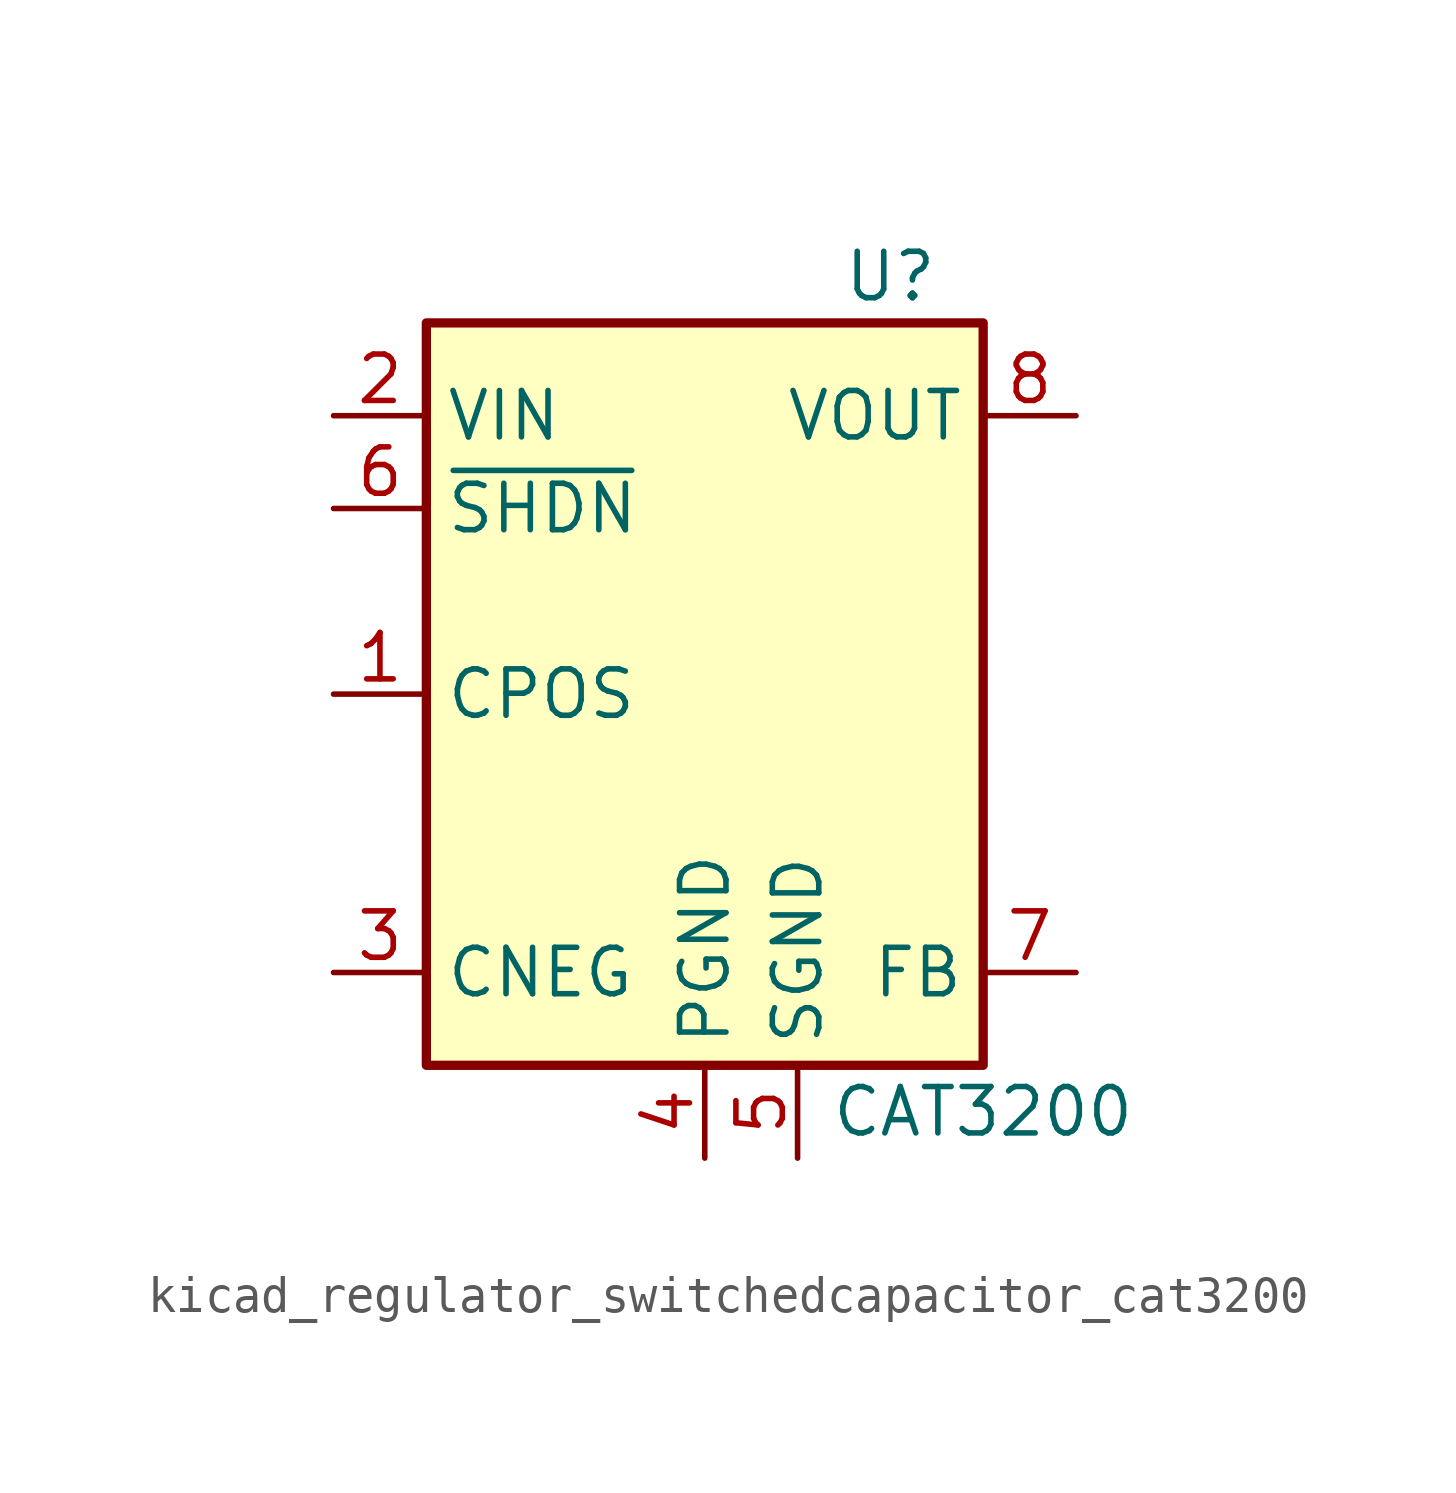
<source format=kicad_sym>
(kicad_symbol_lib
  (version 20220914)
  (generator kicad_symbol_editor)
  (symbol "kicad_regulator_switchedcapacitor_cat3200"
    (property "Reference" "U"
      (at 5.08 11.43 0)
      (effects (font (size 1.27 1.27))))
    (property "Value" "CAT3200"
      (at 7.62 -11.43 0)
      (effects (font (size 1.27 1.27))))
    (symbol "kicad_regulator_switchedcapacitor_cat3200_0_1"
      (rectangle (start -7.62 10.16) (end 7.62 -10.16) (stroke (width 0.254) (type default)) (fill (type background))))
    (symbol "kicad_regulator_switchedcapacitor_cat3200_1_1"
      (pin passive line (at -10.16 0 0) (length 2.54) (name "CPOS" (effects (font (size 1.27 1.27)))) (number "1" (effects (font (size 1.27 1.27)))))
      (pin power_in line (at -10.16 7.62 0) (length 2.54) (name "VIN" (effects (font (size 1.27 1.27)))) (number "2" (effects (font (size 1.27 1.27)))))
      (pin passive line (at -10.16 -7.62 0) (length 2.54) (name "CNEG" (effects (font (size 1.27 1.27)))) (number "3" (effects (font (size 1.27 1.27)))))
      (pin power_in line (at 0 -12.7 90) (length 2.54) (name "PGND" (effects (font (size 1.27 1.27)))) (number "4" (effects (font (size 1.27 1.27)))))
      (pin power_in line (at 2.54 -12.7 90) (length 2.54) (name "SGND" (effects (font (size 1.27 1.27)))) (number "5" (effects (font (size 1.27 1.27)))))
      (pin input line (at -10.16 5.08 0) (length 2.54) (name "~{SHDN}" (effects (font (size 1.27 1.27)))) (number "6" (effects (font (size 1.27 1.27)))))
      (pin input line (at 10.16 -7.62 180) (length 2.54) (name "FB" (effects (font (size 1.27 1.27)))) (number "7" (effects (font (size 1.27 1.27)))))
      (pin power_out line (at 10.16 7.62 180) (length 2.54) (name "VOUT" (effects (font (size 1.27 1.27)))) (number "8" (effects (font (size 1.27 1.27))))))))
</source>
